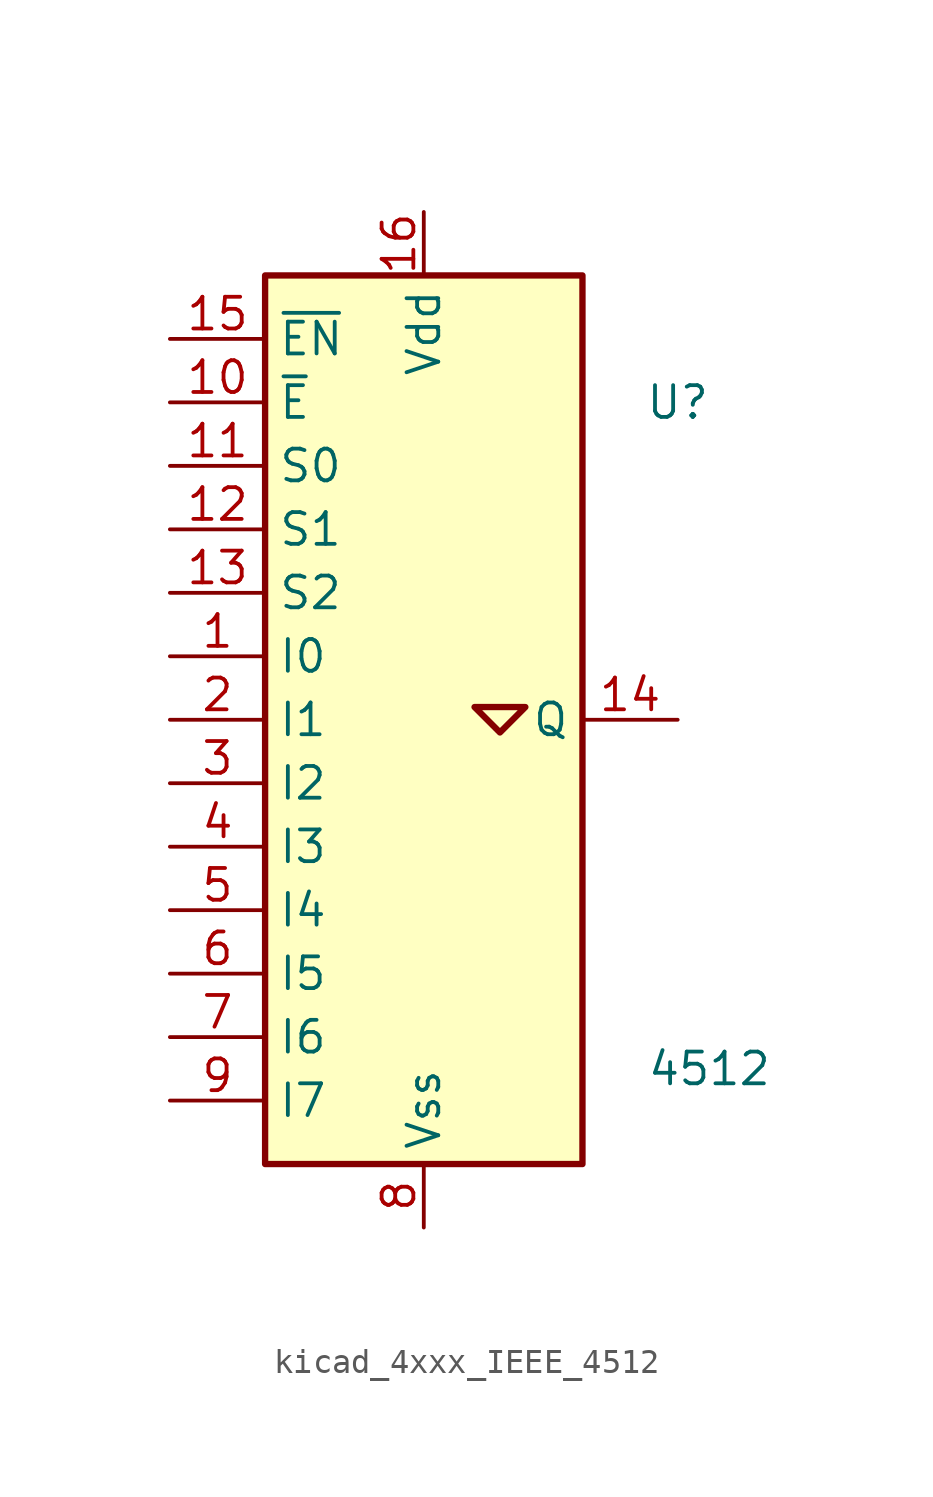
<source format=kicad_sym>
(kicad_symbol_lib
  (version 20220914)
  (generator kicad_symbol_editor)
  (symbol "kicad_4xxx_IEEE_4512"
    (property "Reference" "U"
      (at 10.16 12.7 0)
      (effects (font (size 1.27 1.27))))
    (property "Value" "4512"
      (at 11.43 -13.97 0)
      (effects (font (size 1.27 1.27))))
    (symbol "kicad_4xxx_IEEE_4512_0_1"
      (rectangle (start -6.35 17.78) (end 6.35 -17.78) (stroke (width 0.254) (type default)) (fill (type background)))
      (polyline (pts (xy 2.032 0.508) (xy 3.048 -0.508) (xy 4.064 0.508) (xy 2.032 0.508) (xy 2.032 0.508)) (stroke (width 0.254) (type default)) (fill (type background))))
    (symbol "kicad_4xxx_IEEE_4512_1_1"
      (pin input line (at -10.16 2.54 0) (length 3.81) (name "I0" (effects (font (size 1.27 1.27)))) (number "1" (effects (font (size 1.27 1.27)))))
      (pin input line (at -10.16 12.7 0) (length 3.81) (name "~{E}" (effects (font (size 1.27 1.27)))) (number "10" (effects (font (size 1.27 1.27)))))
      (pin input line (at -10.16 10.16 0) (length 3.81) (name "S0" (effects (font (size 1.27 1.27)))) (number "11" (effects (font (size 1.27 1.27)))))
      (pin input line (at -10.16 7.62 0) (length 3.81) (name "S1" (effects (font (size 1.27 1.27)))) (number "12" (effects (font (size 1.27 1.27)))))
      (pin input line (at -10.16 5.08 0) (length 3.81) (name "S2" (effects (font (size 1.27 1.27)))) (number "13" (effects (font (size 1.27 1.27)))))
      (pin output line (at 10.16 0 180) (length 3.81) (name "Q" (effects (font (size 1.27 1.27)))) (number "14" (effects (font (size 1.27 1.27)))))
      (pin input line (at -10.16 15.24 0) (length 3.81) (name "~{EN}" (effects (font (size 1.27 1.27)))) (number "15" (effects (font (size 1.27 1.27)))))
      (pin power_in line (at 0 20.32 270) (length 2.54) (name "Vdd" (effects (font (size 1.27 1.27)))) (number "16" (effects (font (size 1.27 1.27)))))
      (pin input line (at -10.16 0 0) (length 3.81) (name "I1" (effects (font (size 1.27 1.27)))) (number "2" (effects (font (size 1.27 1.27)))))
      (pin input line (at -10.16 -2.54 0) (length 3.81) (name "I2" (effects (font (size 1.27 1.27)))) (number "3" (effects (font (size 1.27 1.27)))))
      (pin input line (at -10.16 -5.08 0) (length 3.81) (name "I3" (effects (font (size 1.27 1.27)))) (number "4" (effects (font (size 1.27 1.27)))))
      (pin input line (at -10.16 -7.62 0) (length 3.81) (name "I4" (effects (font (size 1.27 1.27)))) (number "5" (effects (font (size 1.27 1.27)))))
      (pin input line (at -10.16 -10.16 0) (length 3.81) (name "I5" (effects (font (size 1.27 1.27)))) (number "6" (effects (font (size 1.27 1.27)))))
      (pin input line (at -10.16 -12.7 0) (length 3.81) (name "I6" (effects (font (size 1.27 1.27)))) (number "7" (effects (font (size 1.27 1.27)))))
      (pin power_in line (at 0 -20.32 90) (length 2.54) (name "Vss" (effects (font (size 1.27 1.27)))) (number "8" (effects (font (size 1.27 1.27)))))
      (pin input line (at -10.16 -15.24 0) (length 3.81) (name "I7" (effects (font (size 1.27 1.27)))) (number "9" (effects (font (size 1.27 1.27))))))))
</source>
